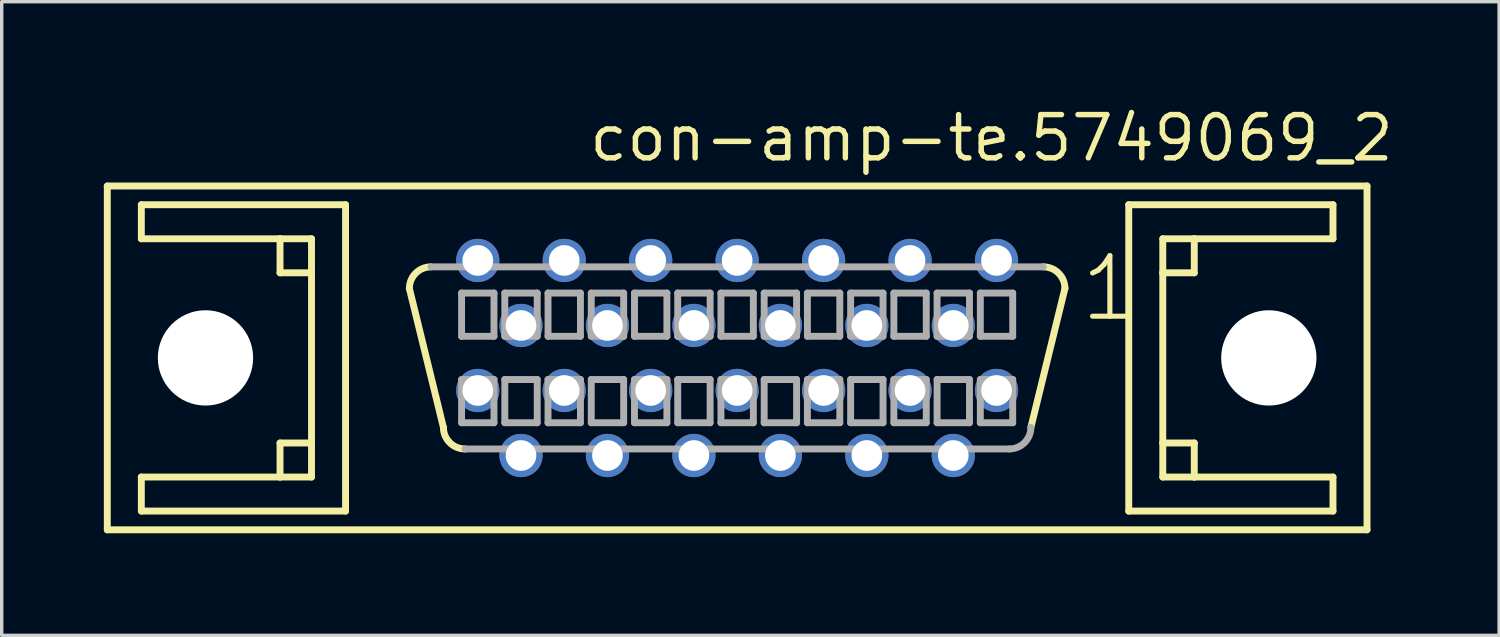
<source format=kicad_pcb>
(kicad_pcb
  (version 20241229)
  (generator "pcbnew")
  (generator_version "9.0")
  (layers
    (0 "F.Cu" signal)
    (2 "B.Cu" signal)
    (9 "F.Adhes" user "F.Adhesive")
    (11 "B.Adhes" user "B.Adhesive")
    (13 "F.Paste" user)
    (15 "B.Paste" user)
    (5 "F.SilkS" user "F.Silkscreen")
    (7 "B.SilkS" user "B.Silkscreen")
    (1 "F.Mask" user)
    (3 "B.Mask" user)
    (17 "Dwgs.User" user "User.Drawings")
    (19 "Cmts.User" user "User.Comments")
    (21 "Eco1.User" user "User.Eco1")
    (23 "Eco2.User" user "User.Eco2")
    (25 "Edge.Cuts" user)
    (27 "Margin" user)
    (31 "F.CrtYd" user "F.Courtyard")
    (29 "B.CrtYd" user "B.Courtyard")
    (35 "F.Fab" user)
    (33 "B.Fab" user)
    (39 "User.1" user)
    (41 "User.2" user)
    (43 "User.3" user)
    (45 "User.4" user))
  (footprint "con-amp-te.5749069_2"
    (layer "F.Cu")
    (at 18.627 7.465)
    (property "Reference" "con-amp-te.5749069_2" (at -4.445 -5.715 0) (layer "F.SilkS") (effects (font (size 1.27 1.27) (thickness 0.16)) (justify left bottom)))
    (attr through_hole)
    (fp_line (start -18.525 -5.05) (end 18.485 -5.05) (stroke (width 0.203) (type default)) (layer "F.SilkS"))
    (fp_line (start -18.525 5.05) (end -18.525 -5.05) (stroke (width 0.203) (type default)) (layer "F.SilkS"))
    (fp_line (start -17.525 -4.5) (end -17.525 -3.5) (stroke (width 0.203) (type default)) (layer "F.SilkS"))
    (fp_line (start -17.525 -3.5) (end -13.45 -3.5) (stroke (width 0.203) (type default)) (layer "F.SilkS"))
    (fp_line (start -17.525 3.5) (end -17.525 4.5) (stroke (width 0.203) (type default)) (layer "F.SilkS"))
    (fp_line (start -17.525 4.5) (end -11.525 4.5) (stroke (width 0.203) (type default)) (layer "F.SilkS"))
    (fp_line (start -13.45 -3.5) (end -13.45 -2.5) (stroke (width 0.203) (type default)) (layer "F.SilkS"))
    (fp_line (start -13.45 -3.5) (end -12.525 -3.5) (stroke (width 0.203) (type default)) (layer "F.SilkS"))
    (fp_line (start -13.45 -2.5) (end -12.525 -2.5) (stroke (width 0.203) (type default)) (layer "F.SilkS"))
    (fp_line (start -13.45 2.5) (end -13.45 3.5) (stroke (width 0.203) (type default)) (layer "F.SilkS"))
    (fp_line (start -13.45 3.5) (end -17.525 3.5) (stroke (width 0.203) (type default)) (layer "F.SilkS"))
    (fp_line (start -12.525 -3.5) (end -12.525 -2.5) (stroke (width 0.203) (type default)) (layer "F.SilkS"))
    (fp_line (start -12.525 -2.5) (end -12.525 2.5) (stroke (width 0.203) (type default)) (layer "F.SilkS"))
    (fp_line (start -12.525 2.5) (end -13.45 2.5) (stroke (width 0.203) (type default)) (layer "F.SilkS"))
    (fp_line (start -12.525 2.5) (end -12.525 3.5) (stroke (width 0.203) (type default)) (layer "F.SilkS"))
    (fp_line (start -12.525 3.5) (end -13.45 3.5) (stroke (width 0.203) (type default)) (layer "F.SilkS"))
    (fp_line (start -11.525 -4.5) (end -17.525 -4.5) (stroke (width 0.203) (type default)) (layer "F.SilkS"))
    (fp_line (start -11.525 4.5) (end -11.525 -4.5) (stroke (width 0.203) (type default)) (layer "F.SilkS"))
    (fp_line (start -8.65 2.04) (end -9.65 -2.04) (stroke (width 0.203) (type default)) (layer "F.SilkS"))
    (fp_line (start 9.61 -2.04) (end 8.61 2.04) (stroke (width 0.203) (type default)) (layer "F.SilkS"))
    (fp_line (start 11.485 -4.5) (end 11.485 4.5) (stroke (width 0.203) (type default)) (layer "F.SilkS"))
    (fp_line (start 11.485 4.5) (end 17.485 4.5) (stroke (width 0.203) (type default)) (layer "F.SilkS"))
    (fp_line (start 12.485 -3.5) (end 13.41 -3.5) (stroke (width 0.203) (type default)) (layer "F.SilkS"))
    (fp_line (start 12.485 -2.5) (end 12.485 -3.5) (stroke (width 0.203) (type default)) (layer "F.SilkS"))
    (fp_line (start 12.485 -2.5) (end 13.41 -2.5) (stroke (width 0.203) (type default)) (layer "F.SilkS"))
    (fp_line (start 12.485 2.5) (end 12.485 -2.5) (stroke (width 0.203) (type default)) (layer "F.SilkS"))
    (fp_line (start 12.485 3.5) (end 12.485 2.5) (stroke (width 0.203) (type default)) (layer "F.SilkS"))
    (fp_line (start 13.41 -3.5) (end 17.485 -3.5) (stroke (width 0.203) (type default)) (layer "F.SilkS"))
    (fp_line (start 13.41 -2.5) (end 13.41 -3.5) (stroke (width 0.203) (type default)) (layer "F.SilkS"))
    (fp_line (start 13.41 2.5) (end 12.485 2.5) (stroke (width 0.203) (type default)) (layer "F.SilkS"))
    (fp_line (start 13.41 3.5) (end 12.485 3.5) (stroke (width 0.203) (type default)) (layer "F.SilkS"))
    (fp_line (start 13.41 3.5) (end 13.41 2.5) (stroke (width 0.203) (type default)) (layer "F.SilkS"))
    (fp_line (start 17.485 -4.5) (end 11.485 -4.5) (stroke (width 0.203) (type default)) (layer "F.SilkS"))
    (fp_line (start 17.485 -3.5) (end 17.485 -4.5) (stroke (width 0.203) (type default)) (layer "F.SilkS"))
    (fp_line (start 17.485 3.5) (end 13.41 3.5) (stroke (width 0.203) (type default)) (layer "F.SilkS"))
    (fp_line (start 17.485 4.5) (end 17.485 3.5) (stroke (width 0.203) (type default)) (layer "F.SilkS"))
    (fp_line (start 18.485 -5.05) (end 18.485 5.05) (stroke (width 0.203) (type default)) (layer "F.SilkS"))
    (fp_line (start 18.485 5.05) (end -18.525 5.05) (stroke (width 0.203) (type default)) (layer "F.SilkS"))
    (fp_arc (start -9.65 -2.04) (mid -9.464013 -2.489013) (end -9.015 -2.675) (stroke (width 0.2032) (type default)) (layer "F.SilkS"))
    (fp_arc (start -8.015 2.675) (mid -8.464013 2.489013) (end -8.65 2.04) (stroke (width 0.2032) (type default)) (layer "F.SilkS"))
    (fp_arc (start 8.975 -2.675) (mid 9.424013 -2.489013) (end 9.61 -2.04) (stroke (width 0.2032) (type default)) (layer "F.SilkS"))
    (fp_line (start -9.015 -2.675) (end 8.975 -2.675) (stroke (width 0.203) (type default)) (layer "F.Fab"))
    (fp_line (start -8.116 -1.905) (end -8.116 -0.635) (stroke (width 0.203) (type default)) (layer "F.Fab"))
    (fp_line (start -8.116 -0.635) (end -7.164 -0.635) (stroke (width 0.203) (type default)) (layer "F.Fab"))
    (fp_line (start -8.116 0.635) (end -8.116 1.905) (stroke (width 0.203) (type default)) (layer "F.Fab"))
    (fp_line (start -8.116 1.905) (end -7.164 1.905) (stroke (width 0.203) (type default)) (layer "F.Fab"))
    (fp_line (start -7.164 -1.905) (end -8.116 -1.905) (stroke (width 0.203) (type default)) (layer "F.Fab"))
    (fp_line (start -7.164 -0.635) (end -7.164 -1.905) (stroke (width 0.203) (type default)) (layer "F.Fab"))
    (fp_line (start -7.164 0.635) (end -8.116 0.635) (stroke (width 0.203) (type default)) (layer "F.Fab"))
    (fp_line (start -7.164 1.905) (end -7.164 0.635) (stroke (width 0.203) (type default)) (layer "F.Fab"))
    (fp_line (start -6.846 -1.905) (end -6.846 -0.635) (stroke (width 0.203) (type default)) (layer "F.Fab"))
    (fp_line (start -6.846 -0.635) (end -5.894 -0.635) (stroke (width 0.203) (type default)) (layer "F.Fab"))
    (fp_line (start -6.846 0.635) (end -6.846 1.905) (stroke (width 0.203) (type default)) (layer "F.Fab"))
    (fp_line (start -6.846 1.905) (end -5.894 1.905) (stroke (width 0.203) (type default)) (layer "F.Fab"))
    (fp_line (start -5.894 -1.905) (end -6.846 -1.905) (stroke (width 0.203) (type default)) (layer "F.Fab"))
    (fp_line (start -5.894 -0.635) (end -5.894 -1.905) (stroke (width 0.203) (type default)) (layer "F.Fab"))
    (fp_line (start -5.894 0.635) (end -6.846 0.635) (stroke (width 0.203) (type default)) (layer "F.Fab"))
    (fp_line (start -5.894 1.905) (end -5.894 0.635) (stroke (width 0.203) (type default)) (layer "F.Fab"))
    (fp_line (start -5.576 -1.905) (end -5.576 -0.635) (stroke (width 0.203) (type default)) (layer "F.Fab"))
    (fp_line (start -5.576 -0.635) (end -4.624 -0.635) (stroke (width 0.203) (type default)) (layer "F.Fab"))
    (fp_line (start -5.576 0.635) (end -5.576 1.905) (stroke (width 0.203) (type default)) (layer "F.Fab"))
    (fp_line (start -5.576 1.905) (end -4.624 1.905) (stroke (width 0.203) (type default)) (layer "F.Fab"))
    (fp_line (start -4.624 -1.905) (end -5.576 -1.905) (stroke (width 0.203) (type default)) (layer "F.Fab"))
    (fp_line (start -4.624 -0.635) (end -4.624 -1.905) (stroke (width 0.203) (type default)) (layer "F.Fab"))
    (fp_line (start -4.624 0.635) (end -5.576 0.635) (stroke (width 0.203) (type default)) (layer "F.Fab"))
    (fp_line (start -4.624 1.905) (end -4.624 0.635) (stroke (width 0.203) (type default)) (layer "F.Fab"))
    (fp_line (start -4.306 -1.905) (end -4.306 -0.635) (stroke (width 0.203) (type default)) (layer "F.Fab"))
    (fp_line (start -4.306 -0.635) (end -3.354 -0.635) (stroke (width 0.203) (type default)) (layer "F.Fab"))
    (fp_line (start -4.306 0.635) (end -4.306 1.905) (stroke (width 0.203) (type default)) (layer "F.Fab"))
    (fp_line (start -4.306 1.905) (end -3.354 1.905) (stroke (width 0.203) (type default)) (layer "F.Fab"))
    (fp_line (start -3.354 -1.905) (end -4.306 -1.905) (stroke (width 0.203) (type default)) (layer "F.Fab"))
    (fp_line (start -3.354 -0.635) (end -3.354 -1.905) (stroke (width 0.203) (type default)) (layer "F.Fab"))
    (fp_line (start -3.354 0.635) (end -4.306 0.635) (stroke (width 0.203) (type default)) (layer "F.Fab"))
    (fp_line (start -3.354 1.905) (end -3.354 0.635) (stroke (width 0.203) (type default)) (layer "F.Fab"))
    (fp_line (start -3.036 -1.905) (end -3.036 -0.635) (stroke (width 0.203) (type default)) (layer "F.Fab"))
    (fp_line (start -3.036 -0.635) (end -2.084 -0.635) (stroke (width 0.203) (type default)) (layer "F.Fab"))
    (fp_line (start -3.036 0.635) (end -3.036 1.905) (stroke (width 0.203) (type default)) (layer "F.Fab"))
    (fp_line (start -3.036 1.905) (end -2.084 1.905) (stroke (width 0.203) (type default)) (layer "F.Fab"))
    (fp_line (start -2.084 -1.905) (end -3.036 -1.905) (stroke (width 0.203) (type default)) (layer "F.Fab"))
    (fp_line (start -2.084 -0.635) (end -2.084 -1.905) (stroke (width 0.203) (type default)) (layer "F.Fab"))
    (fp_line (start -2.084 0.635) (end -3.036 0.635) (stroke (width 0.203) (type default)) (layer "F.Fab"))
    (fp_line (start -2.084 1.905) (end -2.084 0.635) (stroke (width 0.203) (type default)) (layer "F.Fab"))
    (fp_line (start -1.766 -1.905) (end -1.766 -0.635) (stroke (width 0.203) (type default)) (layer "F.Fab"))
    (fp_line (start -1.766 -0.635) (end -0.814 -0.635) (stroke (width 0.203) (type default)) (layer "F.Fab"))
    (fp_line (start -1.766 0.635) (end -1.766 1.905) (stroke (width 0.203) (type default)) (layer "F.Fab"))
    (fp_line (start -1.766 1.905) (end -0.814 1.905) (stroke (width 0.203) (type default)) (layer "F.Fab"))
    (fp_line (start -0.814 -1.905) (end -1.766 -1.905) (stroke (width 0.203) (type default)) (layer "F.Fab"))
    (fp_line (start -0.814 -0.635) (end -0.814 -1.905) (stroke (width 0.203) (type default)) (layer "F.Fab"))
    (fp_line (start -0.814 0.635) (end -1.766 0.635) (stroke (width 0.203) (type default)) (layer "F.Fab"))
    (fp_line (start -0.814 1.905) (end -0.814 0.635) (stroke (width 0.203) (type default)) (layer "F.Fab"))
    (fp_line (start -0.496 -1.905) (end -0.496 -0.635) (stroke (width 0.203) (type default)) (layer "F.Fab"))
    (fp_line (start -0.496 -0.635) (end 0.456 -0.635) (stroke (width 0.203) (type default)) (layer "F.Fab"))
    (fp_line (start -0.496 0.635) (end -0.496 1.905) (stroke (width 0.203) (type default)) (layer "F.Fab"))
    (fp_line (start -0.496 1.905) (end 0.456 1.905) (stroke (width 0.203) (type default)) (layer "F.Fab"))
    (fp_line (start 0.456 -1.905) (end -0.496 -1.905) (stroke (width 0.203) (type default)) (layer "F.Fab"))
    (fp_line (start 0.456 -0.635) (end 0.456 -1.905) (stroke (width 0.203) (type default)) (layer "F.Fab"))
    (fp_line (start 0.456 0.635) (end -0.496 0.635) (stroke (width 0.203) (type default)) (layer "F.Fab"))
    (fp_line (start 0.456 1.905) (end 0.456 0.635) (stroke (width 0.203) (type default)) (layer "F.Fab"))
    (fp_line (start 0.774 -1.905) (end 0.774 -0.635) (stroke (width 0.203) (type default)) (layer "F.Fab"))
    (fp_line (start 0.774 -0.635) (end 1.726 -0.635) (stroke (width 0.203) (type default)) (layer "F.Fab"))
    (fp_line (start 0.774 0.635) (end 0.774 1.905) (stroke (width 0.203) (type default)) (layer "F.Fab"))
    (fp_line (start 0.774 1.905) (end 1.726 1.905) (stroke (width 0.203) (type default)) (layer "F.Fab"))
    (fp_line (start 1.726 -1.905) (end 0.774 -1.905) (stroke (width 0.203) (type default)) (layer "F.Fab"))
    (fp_line (start 1.726 -0.635) (end 1.726 -1.905) (stroke (width 0.203) (type default)) (layer "F.Fab"))
    (fp_line (start 1.726 0.635) (end 0.774 0.635) (stroke (width 0.203) (type default)) (layer "F.Fab"))
    (fp_line (start 1.726 1.905) (end 1.726 0.635) (stroke (width 0.203) (type default)) (layer "F.Fab"))
    (fp_line (start 2.044 -1.905) (end 2.044 -0.635) (stroke (width 0.203) (type default)) (layer "F.Fab"))
    (fp_line (start 2.044 -0.635) (end 2.996 -0.635) (stroke (width 0.203) (type default)) (layer "F.Fab"))
    (fp_line (start 2.044 0.635) (end 2.044 1.905) (stroke (width 0.203) (type default)) (layer "F.Fab"))
    (fp_line (start 2.044 1.905) (end 2.996 1.905) (stroke (width 0.203) (type default)) (layer "F.Fab"))
    (fp_line (start 2.996 -1.905) (end 2.044 -1.905) (stroke (width 0.203) (type default)) (layer "F.Fab"))
    (fp_line (start 2.996 -0.635) (end 2.996 -1.905) (stroke (width 0.203) (type default)) (layer "F.Fab"))
    (fp_line (start 2.996 0.635) (end 2.044 0.635) (stroke (width 0.203) (type default)) (layer "F.Fab"))
    (fp_line (start 2.996 1.905) (end 2.996 0.635) (stroke (width 0.203) (type default)) (layer "F.Fab"))
    (fp_line (start 3.314 -1.905) (end 3.314 -0.635) (stroke (width 0.203) (type default)) (layer "F.Fab"))
    (fp_line (start 3.314 -0.635) (end 4.266 -0.635) (stroke (width 0.203) (type default)) (layer "F.Fab"))
    (fp_line (start 3.314 0.635) (end 3.314 1.905) (stroke (width 0.203) (type default)) (layer "F.Fab"))
    (fp_line (start 3.314 1.905) (end 4.266 1.905) (stroke (width 0.203) (type default)) (layer "F.Fab"))
    (fp_line (start 4.266 -1.905) (end 3.314 -1.905) (stroke (width 0.203) (type default)) (layer "F.Fab"))
    (fp_line (start 4.266 -0.635) (end 4.266 -1.905) (stroke (width 0.203) (type default)) (layer "F.Fab"))
    (fp_line (start 4.266 0.635) (end 3.314 0.635) (stroke (width 0.203) (type default)) (layer "F.Fab"))
    (fp_line (start 4.266 1.905) (end 4.266 0.635) (stroke (width 0.203) (type default)) (layer "F.Fab"))
    (fp_line (start 4.584 -1.905) (end 4.584 -0.635) (stroke (width 0.203) (type default)) (layer "F.Fab"))
    (fp_line (start 4.584 -0.635) (end 5.536 -0.635) (stroke (width 0.203) (type default)) (layer "F.Fab"))
    (fp_line (start 4.584 0.635) (end 4.584 1.905) (stroke (width 0.203) (type default)) (layer "F.Fab"))
    (fp_line (start 4.584 1.905) (end 5.536 1.905) (stroke (width 0.203) (type default)) (layer "F.Fab"))
    (fp_line (start 5.536 -1.905) (end 4.584 -1.905) (stroke (width 0.203) (type default)) (layer "F.Fab"))
    (fp_line (start 5.536 -0.635) (end 5.536 -1.905) (stroke (width 0.203) (type default)) (layer "F.Fab"))
    (fp_line (start 5.536 0.635) (end 4.584 0.635) (stroke (width 0.203) (type default)) (layer "F.Fab"))
    (fp_line (start 5.536 1.905) (end 5.536 0.635) (stroke (width 0.203) (type default)) (layer "F.Fab"))
    (fp_line (start 5.854 -1.905) (end 5.854 -0.635) (stroke (width 0.203) (type default)) (layer "F.Fab"))
    (fp_line (start 5.854 -0.635) (end 6.806 -0.635) (stroke (width 0.203) (type default)) (layer "F.Fab"))
    (fp_line (start 5.854 0.635) (end 5.854 1.905) (stroke (width 0.203) (type default)) (layer "F.Fab"))
    (fp_line (start 5.854 1.905) (end 6.806 1.905) (stroke (width 0.203) (type default)) (layer "F.Fab"))
    (fp_line (start 6.806 -1.905) (end 5.854 -1.905) (stroke (width 0.203) (type default)) (layer "F.Fab"))
    (fp_line (start 6.806 -0.635) (end 6.806 -1.905) (stroke (width 0.203) (type default)) (layer "F.Fab"))
    (fp_line (start 6.806 0.635) (end 5.854 0.635) (stroke (width 0.203) (type default)) (layer "F.Fab"))
    (fp_line (start 6.806 1.905) (end 6.806 0.635) (stroke (width 0.203) (type default)) (layer "F.Fab"))
    (fp_line (start 7.124 -1.905) (end 7.124 -0.635) (stroke (width 0.203) (type default)) (layer "F.Fab"))
    (fp_line (start 7.124 -0.635) (end 8.076 -0.635) (stroke (width 0.203) (type default)) (layer "F.Fab"))
    (fp_line (start 7.124 0.635) (end 7.124 1.905) (stroke (width 0.203) (type default)) (layer "F.Fab"))
    (fp_line (start 7.124 1.905) (end 8.076 1.905) (stroke (width 0.203) (type default)) (layer "F.Fab"))
    (fp_line (start 7.975 2.675) (end -8.015 2.675) (stroke (width 0.203) (type default)) (layer "F.Fab"))
    (fp_line (start 8.076 -1.905) (end 7.124 -1.905) (stroke (width 0.203) (type default)) (layer "F.Fab"))
    (fp_line (start 8.076 -0.635) (end 8.076 -1.905) (stroke (width 0.203) (type default)) (layer "F.Fab"))
    (fp_line (start 8.076 0.635) (end 7.124 0.635) (stroke (width 0.203) (type default)) (layer "F.Fab"))
    (fp_line (start 8.076 1.905) (end 8.076 0.635) (stroke (width 0.203) (type default)) (layer "F.Fab"))
    (fp_arc (start 8.61 2.04) (mid 8.424013 2.489013) (end 7.975 2.675) (stroke (width 0.2032) (type default)) (layer "F.Fab"))
    (fp_text user "1" (at 9.985 -1 0) (layer "F.SilkS") (effects (font (size 1.778 1.778) (thickness 0.15)) (justify left bottom)))
    (pad "" np_thru_hole circle (at -15.64 0) (size 2.8 2.8) (drill 2.8) (layers "*.Cu" "*.Mask"))
    (pad "" np_thru_hole circle (at 15.6 0) (size 2.8 2.8) (drill 2.8) (layers "*.Cu" "*.Mask"))
    (pad "1" thru_hole circle (at 7.6 -2.863) (size 1.27 1.27) (drill 0.9) (layers "*.Cu" "*.Mask"))
    (pad "2" thru_hole circle (at 6.33 -0.953) (size 1.27 1.27) (drill 0.9) (layers "*.Cu" "*.Mask"))
    (pad "3" thru_hole circle (at 5.06 -2.863) (size 1.27 1.27) (drill 0.9) (layers "*.Cu" "*.Mask"))
    (pad "4" thru_hole circle (at 3.79 -0.953) (size 1.27 1.27) (drill 0.9) (layers "*.Cu" "*.Mask"))
    (pad "5" thru_hole circle (at 2.52 -2.863) (size 1.27 1.27) (drill 0.9) (layers "*.Cu" "*.Mask"))
    (pad "6" thru_hole circle (at 1.25 -0.953) (size 1.27 1.27) (drill 0.9) (layers "*.Cu" "*.Mask"))
    (pad "7" thru_hole circle (at -0.02 -2.863) (size 1.27 1.27) (drill 0.9) (layers "*.Cu" "*.Mask"))
    (pad "8" thru_hole circle (at -1.29 -0.953) (size 1.27 1.27) (drill 0.9) (layers "*.Cu" "*.Mask"))
    (pad "9" thru_hole circle (at -2.56 -2.863) (size 1.27 1.27) (drill 0.9) (layers "*.Cu" "*.Mask"))
    (pad "10" thru_hole circle (at -3.83 -0.953) (size 1.27 1.27) (drill 0.9) (layers "*.Cu" "*.Mask"))
    (pad "11" thru_hole circle (at -5.1 -2.863) (size 1.27 1.27) (drill 0.9) (layers "*.Cu" "*.Mask"))
    (pad "12" thru_hole circle (at -6.37 -0.953) (size 1.27 1.27) (drill 0.9) (layers "*.Cu" "*.Mask"))
    (pad "13" thru_hole circle (at -7.64 -2.863) (size 1.27 1.27) (drill 0.9) (layers "*.Cu" "*.Mask"))
    (pad "14" thru_hole circle (at 7.6 0.957) (size 1.27 1.27) (drill 0.9) (layers "*.Cu" "*.Mask"))
    (pad "15" thru_hole circle (at 6.33 2.867) (size 1.27 1.27) (drill 0.9) (layers "*.Cu" "*.Mask"))
    (pad "16" thru_hole circle (at 5.06 0.957) (size 1.27 1.27) (drill 0.9) (layers "*.Cu" "*.Mask"))
    (pad "17" thru_hole circle (at 3.79 2.867) (size 1.27 1.27) (drill 0.9) (layers "*.Cu" "*.Mask"))
    (pad "18" thru_hole circle (at 2.52 0.957) (size 1.27 1.27) (drill 0.9) (layers "*.Cu" "*.Mask"))
    (pad "19" thru_hole circle (at 1.25 2.867) (size 1.27 1.27) (drill 0.9) (layers "*.Cu" "*.Mask"))
    (pad "20" thru_hole circle (at -0.02 0.957) (size 1.27 1.27) (drill 0.9) (layers "*.Cu" "*.Mask"))
    (pad "21" thru_hole circle (at -1.29 2.867) (size 1.27 1.27) (drill 0.9) (layers "*.Cu" "*.Mask"))
    (pad "22" thru_hole circle (at -2.56 0.957) (size 1.27 1.27) (drill 0.9) (layers "*.Cu" "*.Mask"))
    (pad "23" thru_hole circle (at -3.83 2.867) (size 1.27 1.27) (drill 0.9) (layers "*.Cu" "*.Mask"))
    (pad "24" thru_hole circle (at -5.1 0.957) (size 1.27 1.27) (drill 0.9) (layers "*.Cu" "*.Mask"))
    (pad "25" thru_hole circle (at -6.37 2.867) (size 1.27 1.27) (drill 0.9) (layers "*.Cu" "*.Mask"))
    (pad "26" thru_hole circle (at -7.64 0.957) (size 1.27 1.27) (drill 0.9) (layers "*.Cu" "*.Mask")))
  (gr_rect
    (start -3 -3)
    (end 40.993 15.617)
    (stroke (width 0.1) (type default))
    (fill no)
    (layer "Edge.Cuts")))
</source>
